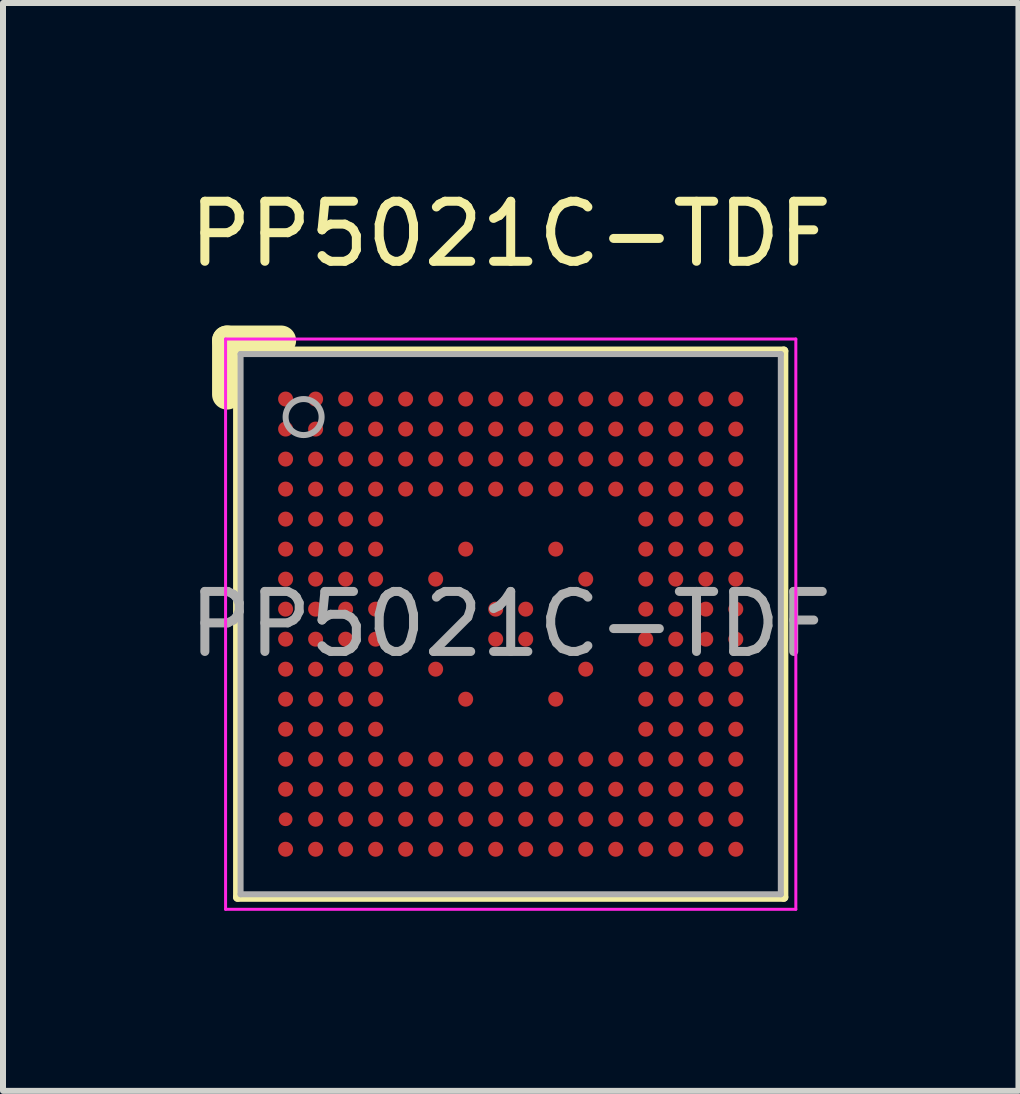
<source format=kicad_pcb>
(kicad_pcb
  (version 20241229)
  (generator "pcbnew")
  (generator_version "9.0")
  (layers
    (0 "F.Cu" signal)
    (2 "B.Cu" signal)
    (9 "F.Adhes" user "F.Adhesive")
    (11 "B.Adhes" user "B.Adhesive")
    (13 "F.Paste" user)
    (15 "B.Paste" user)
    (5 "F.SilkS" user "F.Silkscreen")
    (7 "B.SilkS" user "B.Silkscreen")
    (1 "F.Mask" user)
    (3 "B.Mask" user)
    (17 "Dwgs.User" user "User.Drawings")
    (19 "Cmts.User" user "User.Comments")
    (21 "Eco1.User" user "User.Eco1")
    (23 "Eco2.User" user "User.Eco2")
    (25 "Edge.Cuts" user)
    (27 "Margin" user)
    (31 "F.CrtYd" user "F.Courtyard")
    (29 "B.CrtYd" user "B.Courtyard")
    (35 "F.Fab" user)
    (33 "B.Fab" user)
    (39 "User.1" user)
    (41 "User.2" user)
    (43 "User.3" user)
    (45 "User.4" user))
  (footprint "PP5021C-TDF"
    (layer "F.Cu")
    (at 5.458 7.348)
    (property "Reference" "PP5021C-TDF" (at 0 -6.5 0) (layer "F.SilkS") (effects (font (size 1 1) (thickness 0.15))))
    (attr smd)
    (fp_line (start -4.725 -3.825) (end -4.725 -4.725) (stroke (width 0.5) (type solid)) (layer "F.SilkS"))
    (fp_line (start -4.55 -4.55) (end -4.55 4.55) (stroke (width 0.15) (type solid)) (layer "F.SilkS"))
    (fp_line (start -4.55 -4.55) (end 4.55 -4.55) (stroke (width 0.15) (type solid)) (layer "F.SilkS"))
    (fp_line (start -3.825 -4.725) (end -4.725 -4.725) (stroke (width 0.5) (type solid)) (layer "F.SilkS"))
    (fp_line (start 4.55 4.55) (end -4.55 4.55) (stroke (width 0.15) (type solid)) (layer "F.SilkS"))
    (fp_line (start 4.55 4.55) (end 4.55 -4.55) (stroke (width 0.15) (type solid)) (layer "F.SilkS"))
    (fp_line (start -4.75 4.75) (end -4.75 -4.75) (stroke (width 0.05) (type solid)) (layer "F.CrtYd"))
    (fp_line (start -4.75 4.75) (end 4.75 4.75) (stroke (width 0.05) (type solid)) (layer "F.CrtYd"))
    (fp_line (start 4.75 -4.75) (end -4.75 -4.75) (stroke (width 0.05) (type solid)) (layer "F.CrtYd"))
    (fp_line (start 4.75 -4.75) (end 4.75 4.75) (stroke (width 0.05) (type solid)) (layer "F.CrtYd"))
    (fp_line (start -4.5 -4.5) (end 4.5 -4.5) (stroke (width 0.1) (type solid)) (layer "F.Fab"))
    (fp_line (start -4.5 4.5) (end -4.5 -4.5) (stroke (width 0.1) (type solid)) (layer "F.Fab"))
    (fp_line (start 4.5 -4.5) (end 4.5 4.5) (stroke (width 0.1) (type solid)) (layer "F.Fab"))
    (fp_line (start 4.5 4.5) (end -4.5 4.5) (stroke (width 0.1) (type solid)) (layer "F.Fab"))
    (fp_circle (center -3.45 -3.45) (end -3.15 -3.45) (stroke (width 0.1) (type default)) (fill no) (layer "F.Fab"))
    (fp_text user "${REFERENCE}" (at 0 0 0) (layer "F.Fab") (effects (font (size 1 1) (thickness 0.15))))
    (pad "A1" smd circle (at -3.75 -3.75) (size 0.25 0.25) (layers "F.Cu" "F.Mask" "F.Paste"))
    (pad "A2" smd circle (at -3.25 -3.75) (size 0.25 0.25) (layers "F.Cu" "F.Mask" "F.Paste"))
    (pad "A3" smd circle (at -2.75 -3.75) (size 0.25 0.25) (layers "F.Cu" "F.Mask" "F.Paste"))
    (pad "A4" smd circle (at -2.25 -3.75) (size 0.25 0.25) (layers "F.Cu" "F.Mask" "F.Paste"))
    (pad "A5" smd circle (at -1.75 -3.75) (size 0.25 0.25) (layers "F.Cu" "F.Mask" "F.Paste"))
    (pad "A6" smd circle (at -1.25 -3.75) (size 0.25 0.25) (layers "F.Cu" "F.Mask" "F.Paste"))
    (pad "A7" smd circle (at -0.75 -3.75) (size 0.25 0.25) (layers "F.Cu" "F.Mask" "F.Paste"))
    (pad "A8" smd circle (at -0.25 -3.75) (size 0.25 0.25) (layers "F.Cu" "F.Mask" "F.Paste"))
    (pad "A9" smd circle (at 0.25 -3.75) (size 0.25 0.25) (layers "F.Cu" "F.Mask" "F.Paste"))
    (pad "A10" smd circle (at 0.75 -3.75) (size 0.25 0.25) (layers "F.Cu" "F.Mask" "F.Paste"))
    (pad "A11" smd circle (at 1.25 -3.75) (size 0.25 0.25) (layers "F.Cu" "F.Mask" "F.Paste"))
    (pad "A12" smd circle (at 1.75 -3.75) (size 0.25 0.25) (layers "F.Cu" "F.Mask" "F.Paste"))
    (pad "A13" smd circle (at 2.25 -3.75) (size 0.25 0.25) (layers "F.Cu" "F.Mask" "F.Paste"))
    (pad "A14" smd circle (at 2.75 -3.75) (size 0.25 0.25) (layers "F.Cu" "F.Mask" "F.Paste"))
    (pad "A15" smd circle (at 3.25 -3.75) (size 0.25 0.25) (layers "F.Cu" "F.Mask" "F.Paste"))
    (pad "A16" smd circle (at 3.75 -3.75) (size 0.25 0.25) (layers "F.Cu" "F.Mask" "F.Paste"))
    (pad "B1" smd circle (at -3.75 -3.25) (size 0.25 0.25) (layers "F.Cu" "F.Mask" "F.Paste"))
    (pad "B2" smd circle (at -3.25 -3.25) (size 0.25 0.25) (layers "F.Cu" "F.Mask" "F.Paste"))
    (pad "B3" smd circle (at -2.75 -3.25) (size 0.25 0.25) (layers "F.Cu" "F.Mask" "F.Paste"))
    (pad "B4" smd circle (at -2.25 -3.25) (size 0.25 0.25) (layers "F.Cu" "F.Mask" "F.Paste"))
    (pad "B5" smd circle (at -1.75 -3.25) (size 0.25 0.25) (layers "F.Cu" "F.Mask" "F.Paste"))
    (pad "B6" smd circle (at -1.25 -3.25) (size 0.25 0.25) (layers "F.Cu" "F.Mask" "F.Paste"))
    (pad "B7" smd circle (at -0.75 -3.25) (size 0.25 0.25) (layers "F.Cu" "F.Mask" "F.Paste"))
    (pad "B8" smd circle (at -0.25 -3.25) (size 0.25 0.25) (layers "F.Cu" "F.Mask" "F.Paste"))
    (pad "B9" smd circle (at 0.25 -3.25) (size 0.25 0.25) (layers "F.Cu" "F.Mask" "F.Paste"))
    (pad "B10" smd circle (at 0.75 -3.25) (size 0.25 0.25) (layers "F.Cu" "F.Mask" "F.Paste"))
    (pad "B11" smd circle (at 1.25 -3.25) (size 0.25 0.25) (layers "F.Cu" "F.Mask" "F.Paste"))
    (pad "B12" smd circle (at 1.75 -3.25) (size 0.25 0.25) (layers "F.Cu" "F.Mask" "F.Paste"))
    (pad "B13" smd circle (at 2.25 -3.25) (size 0.25 0.25) (layers "F.Cu" "F.Mask" "F.Paste"))
    (pad "B14" smd circle (at 2.75 -3.25) (size 0.25 0.25) (layers "F.Cu" "F.Mask" "F.Paste"))
    (pad "B15" smd circle (at 3.25 -3.25) (size 0.25 0.25) (layers "F.Cu" "F.Mask" "F.Paste"))
    (pad "B16" smd circle (at 3.75 -3.25) (size 0.25 0.25) (layers "F.Cu" "F.Mask" "F.Paste"))
    (pad "C1" smd circle (at -3.75 -2.75) (size 0.25 0.25) (layers "F.Cu" "F.Mask" "F.Paste"))
    (pad "C2" smd circle (at -3.25 -2.75) (size 0.25 0.25) (layers "F.Cu" "F.Mask" "F.Paste"))
    (pad "C3" smd circle (at -2.75 -2.75) (size 0.25 0.25) (layers "F.Cu" "F.Mask" "F.Paste"))
    (pad "C4" smd circle (at -2.25 -2.75) (size 0.25 0.25) (layers "F.Cu" "F.Mask" "F.Paste"))
    (pad "C5" smd circle (at -1.75 -2.75) (size 0.25 0.25) (layers "F.Cu" "F.Mask" "F.Paste"))
    (pad "C6" smd circle (at -1.25 -2.75) (size 0.25 0.25) (layers "F.Cu" "F.Mask" "F.Paste"))
    (pad "C7" smd circle (at -0.75 -2.75) (size 0.25 0.25) (layers "F.Cu" "F.Mask" "F.Paste"))
    (pad "C8" smd circle (at -0.25 -2.75) (size 0.25 0.25) (layers "F.Cu" "F.Mask" "F.Paste"))
    (pad "C9" smd circle (at 0.25 -2.75) (size 0.25 0.25) (layers "F.Cu" "F.Mask" "F.Paste"))
    (pad "C10" smd circle (at 0.75 -2.75) (size 0.25 0.25) (layers "F.Cu" "F.Mask" "F.Paste"))
    (pad "C11" smd circle (at 1.25 -2.75) (size 0.25 0.25) (layers "F.Cu" "F.Mask" "F.Paste"))
    (pad "C12" smd circle (at 1.75 -2.75) (size 0.25 0.25) (layers "F.Cu" "F.Mask" "F.Paste"))
    (pad "C13" smd circle (at 2.25 -2.75) (size 0.25 0.25) (layers "F.Cu" "F.Mask" "F.Paste"))
    (pad "C14" smd circle (at 2.75 -2.75) (size 0.25 0.25) (layers "F.Cu" "F.Mask" "F.Paste"))
    (pad "C15" smd circle (at 3.25 -2.75) (size 0.25 0.25) (layers "F.Cu" "F.Mask" "F.Paste"))
    (pad "C16" smd circle (at 3.75 -2.75) (size 0.25 0.25) (layers "F.Cu" "F.Mask" "F.Paste"))
    (pad "D1" smd circle (at -3.75 -2.25) (size 0.25 0.25) (layers "F.Cu" "F.Mask" "F.Paste"))
    (pad "D2" smd circle (at -3.25 -2.25) (size 0.25 0.25) (layers "F.Cu" "F.Mask" "F.Paste"))
    (pad "D3" smd circle (at -2.75 -2.25) (size 0.25 0.25) (layers "F.Cu" "F.Mask" "F.Paste"))
    (pad "D4" smd circle (at -2.25 -2.25) (size 0.25 0.25) (layers "F.Cu" "F.Mask" "F.Paste"))
    (pad "D5" smd circle (at -1.75 -2.25) (size 0.25 0.25) (layers "F.Cu" "F.Mask" "F.Paste"))
    (pad "D6" smd circle (at -1.25 -2.25) (size 0.25 0.25) (layers "F.Cu" "F.Mask" "F.Paste"))
    (pad "D7" smd circle (at -0.75 -2.25) (size 0.25 0.25) (layers "F.Cu" "F.Mask" "F.Paste"))
    (pad "D8" smd circle (at -0.25 -2.25) (size 0.25 0.25) (layers "F.Cu" "F.Mask" "F.Paste"))
    (pad "D9" smd circle (at 0.25 -2.25) (size 0.25 0.25) (layers "F.Cu" "F.Mask" "F.Paste"))
    (pad "D10" smd circle (at 0.75 -2.25) (size 0.25 0.25) (layers "F.Cu" "F.Mask" "F.Paste"))
    (pad "D11" smd circle (at 1.25 -2.25) (size 0.25 0.25) (layers "F.Cu" "F.Mask" "F.Paste"))
    (pad "D12" smd circle (at 1.75 -2.25) (size 0.25 0.25) (layers "F.Cu" "F.Mask" "F.Paste"))
    (pad "D13" smd circle (at 2.25 -2.25) (size 0.25 0.25) (layers "F.Cu" "F.Mask" "F.Paste"))
    (pad "D14" smd circle (at 2.75 -2.25) (size 0.25 0.25) (layers "F.Cu" "F.Mask" "F.Paste"))
    (pad "D15" smd circle (at 3.25 -2.25) (size 0.25 0.25) (layers "F.Cu" "F.Mask" "F.Paste"))
    (pad "D16" smd circle (at 3.75 -2.25) (size 0.25 0.25) (layers "F.Cu" "F.Mask" "F.Paste"))
    (pad "E1" smd circle (at -3.75 -1.75) (size 0.25 0.25) (layers "F.Cu" "F.Mask" "F.Paste"))
    (pad "E2" smd circle (at -3.25 -1.75) (size 0.25 0.25) (layers "F.Cu" "F.Mask" "F.Paste"))
    (pad "E3" smd circle (at -2.75 -1.75) (size 0.25 0.25) (layers "F.Cu" "F.Mask" "F.Paste"))
    (pad "E4" smd circle (at -2.25 -1.75) (size 0.25 0.25) (layers "F.Cu" "F.Mask" "F.Paste"))
    (pad "E13" smd circle (at 2.25 -1.75) (size 0.25 0.25) (layers "F.Cu" "F.Mask" "F.Paste"))
    (pad "E14" smd circle (at 2.75 -1.75) (size 0.25 0.25) (layers "F.Cu" "F.Mask" "F.Paste"))
    (pad "E15" smd circle (at 3.25 -1.75) (size 0.25 0.25) (layers "F.Cu" "F.Mask" "F.Paste"))
    (pad "E16" smd circle (at 3.75 -1.75) (size 0.25 0.25) (layers "F.Cu" "F.Mask" "F.Paste"))
    (pad "F1" smd circle (at -3.75 -1.25) (size 0.25 0.25) (layers "F.Cu" "F.Mask" "F.Paste"))
    (pad "F2" smd circle (at -3.25 -1.25) (size 0.25 0.25) (layers "F.Cu" "F.Mask" "F.Paste"))
    (pad "F3" smd circle (at -2.75 -1.25) (size 0.25 0.25) (layers "F.Cu" "F.Mask" "F.Paste"))
    (pad "F4" smd circle (at -2.25 -1.25) (size 0.25 0.25) (layers "F.Cu" "F.Mask" "F.Paste"))
    (pad "F7" smd circle (at -0.75 -1.25) (size 0.25 0.25) (layers "F.Cu" "F.Mask" "F.Paste"))
    (pad "F10" smd circle (at 0.75 -1.25) (size 0.25 0.25) (layers "F.Cu" "F.Mask" "F.Paste"))
    (pad "F13" smd circle (at 2.25 -1.25) (size 0.25 0.25) (layers "F.Cu" "F.Mask" "F.Paste"))
    (pad "F14" smd circle (at 2.75 -1.25) (size 0.25 0.25) (layers "F.Cu" "F.Mask" "F.Paste"))
    (pad "F15" smd circle (at 3.25 -1.25) (size 0.25 0.25) (layers "F.Cu" "F.Mask" "F.Paste"))
    (pad "F16" smd circle (at 3.75 -1.25) (size 0.25 0.25) (layers "F.Cu" "F.Mask" "F.Paste"))
    (pad "G1" smd circle (at -3.75 -0.75) (size 0.25 0.25) (layers "F.Cu" "F.Mask" "F.Paste"))
    (pad "G2" smd circle (at -3.25 -0.75) (size 0.25 0.25) (layers "F.Cu" "F.Mask" "F.Paste"))
    (pad "G3" smd circle (at -2.75 -0.75) (size 0.25 0.25) (layers "F.Cu" "F.Mask" "F.Paste"))
    (pad "G4" smd circle (at -2.25 -0.75) (size 0.25 0.25) (layers "F.Cu" "F.Mask" "F.Paste"))
    (pad "G6" smd circle (at -1.25 -0.75) (size 0.25 0.25) (layers "F.Cu" "F.Mask" "F.Paste"))
    (pad "G11" smd circle (at 1.25 -0.75) (size 0.25 0.25) (layers "F.Cu" "F.Mask" "F.Paste"))
    (pad "G13" smd circle (at 2.25 -0.75) (size 0.25 0.25) (layers "F.Cu" "F.Mask" "F.Paste"))
    (pad "G14" smd circle (at 2.75 -0.75) (size 0.25 0.25) (layers "F.Cu" "F.Mask" "F.Paste"))
    (pad "G15" smd circle (at 3.25 -0.75) (size 0.25 0.25) (layers "F.Cu" "F.Mask" "F.Paste"))
    (pad "G16" smd circle (at 3.75 -0.75) (size 0.25 0.25) (layers "F.Cu" "F.Mask" "F.Paste"))
    (pad "H1" smd circle (at -3.75 -0.25) (size 0.25 0.25) (layers "F.Cu" "F.Mask" "F.Paste"))
    (pad "H2" smd circle (at -3.25 -0.25) (size 0.25 0.25) (layers "F.Cu" "F.Mask" "F.Paste"))
    (pad "H3" smd circle (at -2.75 -0.25) (size 0.25 0.25) (layers "F.Cu" "F.Mask" "F.Paste"))
    (pad "H4" smd circle (at -2.25 -0.25) (size 0.25 0.25) (layers "F.Cu" "F.Mask" "F.Paste"))
    (pad "H8" smd circle (at -0.25 -0.25) (size 0.25 0.25) (layers "F.Cu" "F.Mask" "F.Paste"))
    (pad "H9" smd circle (at 0.25 -0.25) (size 0.25 0.25) (layers "F.Cu" "F.Mask" "F.Paste"))
    (pad "H13" smd circle (at 2.25 -0.25) (size 0.25 0.25) (layers "F.Cu" "F.Mask" "F.Paste"))
    (pad "H14" smd circle (at 2.75 -0.25) (size 0.25 0.25) (layers "F.Cu" "F.Mask" "F.Paste"))
    (pad "H15" smd circle (at 3.25 -0.25) (size 0.25 0.25) (layers "F.Cu" "F.Mask" "F.Paste"))
    (pad "H16" smd circle (at 3.75 -0.25) (size 0.25 0.25) (layers "F.Cu" "F.Mask" "F.Paste"))
    (pad "J1" smd circle (at -3.75 0.25) (size 0.25 0.25) (layers "F.Cu" "F.Mask" "F.Paste"))
    (pad "J2" smd circle (at -3.25 0.25) (size 0.25 0.25) (layers "F.Cu" "F.Mask" "F.Paste"))
    (pad "J3" smd circle (at -2.75 0.25) (size 0.25 0.25) (layers "F.Cu" "F.Mask" "F.Paste"))
    (pad "J4" smd circle (at -2.25 0.25) (size 0.25 0.25) (layers "F.Cu" "F.Mask" "F.Paste"))
    (pad "J8" smd circle (at -0.25 0.25) (size 0.25 0.25) (layers "F.Cu" "F.Mask" "F.Paste"))
    (pad "J9" smd circle (at 0.25 0.25) (size 0.25 0.25) (layers "F.Cu" "F.Mask" "F.Paste"))
    (pad "J13" smd circle (at 2.25 0.25) (size 0.25 0.25) (layers "F.Cu" "F.Mask" "F.Paste"))
    (pad "J14" smd circle (at 2.75 0.25) (size 0.25 0.25) (layers "F.Cu" "F.Mask" "F.Paste"))
    (pad "J15" smd circle (at 3.25 0.25) (size 0.25 0.25) (layers "F.Cu" "F.Mask" "F.Paste"))
    (pad "J16" smd circle (at 3.75 0.25) (size 0.25 0.25) (layers "F.Cu" "F.Mask" "F.Paste"))
    (pad "K1" smd circle (at -3.75 0.75) (size 0.25 0.25) (layers "F.Cu" "F.Mask" "F.Paste"))
    (pad "K2" smd circle (at -3.25 0.75) (size 0.25 0.25) (layers "F.Cu" "F.Mask" "F.Paste"))
    (pad "K3" smd circle (at -2.75 0.75) (size 0.25 0.25) (layers "F.Cu" "F.Mask" "F.Paste"))
    (pad "K4" smd circle (at -2.25 0.75) (size 0.25 0.25) (layers "F.Cu" "F.Mask" "F.Paste"))
    (pad "K6" smd circle (at -1.25 0.75) (size 0.25 0.25) (layers "F.Cu" "F.Mask" "F.Paste"))
    (pad "K11" smd circle (at 1.25 0.75) (size 0.25 0.25) (layers "F.Cu" "F.Mask" "F.Paste"))
    (pad "K13" smd circle (at 2.25 0.75) (size 0.25 0.25) (layers "F.Cu" "F.Mask" "F.Paste"))
    (pad "K14" smd circle (at 2.75 0.75) (size 0.25 0.25) (layers "F.Cu" "F.Mask" "F.Paste"))
    (pad "K15" smd circle (at 3.25 0.75) (size 0.25 0.25) (layers "F.Cu" "F.Mask" "F.Paste"))
    (pad "K16" smd circle (at 3.75 0.75) (size 0.25 0.25) (layers "F.Cu" "F.Mask" "F.Paste"))
    (pad "L1" smd circle (at -3.75 1.25) (size 0.25 0.25) (layers "F.Cu" "F.Mask" "F.Paste"))
    (pad "L2" smd circle (at -3.25 1.25) (size 0.25 0.25) (layers "F.Cu" "F.Mask" "F.Paste"))
    (pad "L3" smd circle (at -2.75 1.25) (size 0.25 0.25) (layers "F.Cu" "F.Mask" "F.Paste"))
    (pad "L4" smd circle (at -2.25 1.25) (size 0.25 0.25) (layers "F.Cu" "F.Mask" "F.Paste"))
    (pad "L7" smd circle (at -0.75 1.25) (size 0.25 0.25) (layers "F.Cu" "F.Mask" "F.Paste"))
    (pad "L10" smd circle (at 0.75 1.25) (size 0.25 0.25) (layers "F.Cu" "F.Mask" "F.Paste"))
    (pad "L13" smd circle (at 2.25 1.25) (size 0.25 0.25) (layers "F.Cu" "F.Mask" "F.Paste"))
    (pad "L14" smd circle (at 2.75 1.25) (size 0.25 0.25) (layers "F.Cu" "F.Mask" "F.Paste"))
    (pad "L15" smd circle (at 3.25 1.25) (size 0.25 0.25) (layers "F.Cu" "F.Mask" "F.Paste"))
    (pad "L16" smd circle (at 3.75 1.25) (size 0.25 0.25) (layers "F.Cu" "F.Mask" "F.Paste"))
    (pad "M1" smd circle (at -3.75 1.75) (size 0.25 0.25) (layers "F.Cu" "F.Mask" "F.Paste"))
    (pad "M2" smd circle (at -3.25 1.75) (size 0.25 0.25) (layers "F.Cu" "F.Mask" "F.Paste"))
    (pad "M3" smd circle (at -2.75 1.75) (size 0.25 0.25) (layers "F.Cu" "F.Mask" "F.Paste"))
    (pad "M4" smd circle (at -2.25 1.75) (size 0.25 0.25) (layers "F.Cu" "F.Mask" "F.Paste"))
    (pad "M13" smd circle (at 2.25 1.75) (size 0.25 0.25) (layers "F.Cu" "F.Mask" "F.Paste"))
    (pad "M14" smd circle (at 2.75 1.75) (size 0.25 0.25) (layers "F.Cu" "F.Mask" "F.Paste"))
    (pad "M15" smd circle (at 3.25 1.75) (size 0.25 0.25) (layers "F.Cu" "F.Mask" "F.Paste"))
    (pad "M16" smd circle (at 3.75 1.75) (size 0.25 0.25) (layers "F.Cu" "F.Mask" "F.Paste"))
    (pad "N1" smd circle (at -3.75 2.25) (size 0.25 0.25) (layers "F.Cu" "F.Mask" "F.Paste"))
    (pad "N2" smd circle (at -3.25 2.25) (size 0.25 0.25) (layers "F.Cu" "F.Mask" "F.Paste"))
    (pad "N3" smd circle (at -2.75 2.25) (size 0.25 0.25) (layers "F.Cu" "F.Mask" "F.Paste"))
    (pad "N4" smd circle (at -2.25 2.25) (size 0.25 0.25) (layers "F.Cu" "F.Mask" "F.Paste"))
    (pad "N5" smd circle (at -1.75 2.25) (size 0.25 0.25) (layers "F.Cu" "F.Mask" "F.Paste"))
    (pad "N6" smd circle (at -1.25 2.25) (size 0.25 0.25) (layers "F.Cu" "F.Mask" "F.Paste"))
    (pad "N7" smd circle (at -0.75 2.25) (size 0.25 0.25) (layers "F.Cu" "F.Mask" "F.Paste"))
    (pad "N8" smd circle (at -0.25 2.25) (size 0.25 0.25) (layers "F.Cu" "F.Mask" "F.Paste"))
    (pad "N9" smd circle (at 0.25 2.25) (size 0.25 0.25) (layers "F.Cu" "F.Mask" "F.Paste"))
    (pad "N10" smd circle (at 0.75 2.25) (size 0.25 0.25) (layers "F.Cu" "F.Mask" "F.Paste"))
    (pad "N11" smd circle (at 1.25 2.25) (size 0.25 0.25) (layers "F.Cu" "F.Mask" "F.Paste"))
    (pad "N12" smd circle (at 1.75 2.25) (size 0.25 0.25) (layers "F.Cu" "F.Mask" "F.Paste"))
    (pad "N13" smd circle (at 2.25 2.25) (size 0.25 0.25) (layers "F.Cu" "F.Mask" "F.Paste"))
    (pad "N14" smd circle (at 2.75 2.25) (size 0.25 0.25) (layers "F.Cu" "F.Mask" "F.Paste"))
    (pad "N15" smd circle (at 3.25 2.25) (size 0.25 0.25) (layers "F.Cu" "F.Mask" "F.Paste"))
    (pad "N16" smd circle (at 3.75 2.25) (size 0.25 0.25) (layers "F.Cu" "F.Mask" "F.Paste"))
    (pad "P1" smd circle (at -3.75 2.75) (size 0.25 0.25) (layers "F.Cu" "F.Mask" "F.Paste"))
    (pad "P2" smd circle (at -3.25 2.75) (size 0.25 0.25) (layers "F.Cu" "F.Mask" "F.Paste"))
    (pad "P3" smd circle (at -2.75 2.75) (size 0.25 0.25) (layers "F.Cu" "F.Mask" "F.Paste"))
    (pad "P4" smd circle (at -2.25 2.75) (size 0.25 0.25) (layers "F.Cu" "F.Mask" "F.Paste"))
    (pad "P5" smd circle (at -1.75 2.75) (size 0.25 0.25) (layers "F.Cu" "F.Mask" "F.Paste"))
    (pad "P6" smd circle (at -1.25 2.75) (size 0.25 0.25) (layers "F.Cu" "F.Mask" "F.Paste"))
    (pad "P7" smd circle (at -0.75 2.75) (size 0.25 0.25) (layers "F.Cu" "F.Mask" "F.Paste"))
    (pad "P8" smd circle (at -0.25 2.75) (size 0.25 0.25) (layers "F.Cu" "F.Mask" "F.Paste"))
    (pad "P9" smd circle (at 0.25 2.75) (size 0.25 0.25) (layers "F.Cu" "F.Mask" "F.Paste"))
    (pad "P10" smd circle (at 0.75 2.75) (size 0.25 0.25) (layers "F.Cu" "F.Mask" "F.Paste"))
    (pad "P11" smd circle (at 1.25 2.75) (size 0.25 0.25) (layers "F.Cu" "F.Mask" "F.Paste"))
    (pad "P12" smd circle (at 1.75 2.75) (size 0.25 0.25) (layers "F.Cu" "F.Mask" "F.Paste"))
    (pad "P13" smd circle (at 2.25 2.75) (size 0.25 0.25) (layers "F.Cu" "F.Mask" "F.Paste"))
    (pad "P14" smd circle (at 2.75 2.75) (size 0.25 0.25) (layers "F.Cu" "F.Mask" "F.Paste"))
    (pad "P15" smd circle (at 3.25 2.75) (size 0.25 0.25) (layers "F.Cu" "F.Mask" "F.Paste"))
    (pad "P16" smd circle (at 3.75 2.75) (size 0.25 0.25) (layers "F.Cu" "F.Mask" "F.Paste"))
    (pad "R1" smd circle (at -3.75 3.25) (size 0.23 0.23) (layers "F.Cu" "F.Mask" "F.Paste"))
    (pad "R2" smd circle (at -3.25 3.25) (size 0.25 0.25) (layers "F.Cu" "F.Mask" "F.Paste"))
    (pad "R3" smd circle (at -2.75 3.25) (size 0.25 0.25) (layers "F.Cu" "F.Mask" "F.Paste"))
    (pad "R4" smd circle (at -2.25 3.25) (size 0.25 0.25) (layers "F.Cu" "F.Mask" "F.Paste"))
    (pad "R5" smd circle (at -1.75 3.25) (size 0.25 0.25) (layers "F.Cu" "F.Mask" "F.Paste"))
    (pad "R6" smd circle (at -1.25 3.25) (size 0.25 0.25) (layers "F.Cu" "F.Mask" "F.Paste"))
    (pad "R7" smd circle (at -0.75 3.25) (size 0.25 0.25) (layers "F.Cu" "F.Mask" "F.Paste"))
    (pad "R8" smd circle (at -0.25 3.25) (size 0.25 0.25) (layers "F.Cu" "F.Mask" "F.Paste"))
    (pad "R9" smd circle (at 0.25 3.25) (size 0.25 0.25) (layers "F.Cu" "F.Mask" "F.Paste"))
    (pad "R10" smd circle (at 0.75 3.25) (size 0.25 0.25) (layers "F.Cu" "F.Mask" "F.Paste"))
    (pad "R11" smd circle (at 1.25 3.25) (size 0.25 0.25) (layers "F.Cu" "F.Mask" "F.Paste"))
    (pad "R12" smd circle (at 1.75 3.25) (size 0.25 0.25) (layers "F.Cu" "F.Mask" "F.Paste"))
    (pad "R13" smd circle (at 2.25 3.25) (size 0.25 0.25) (layers "F.Cu" "F.Mask" "F.Paste"))
    (pad "R14" smd circle (at 2.75 3.25) (size 0.25 0.25) (layers "F.Cu" "F.Mask" "F.Paste"))
    (pad "R15" smd circle (at 3.25 3.25) (size 0.25 0.25) (layers "F.Cu" "F.Mask" "F.Paste"))
    (pad "R16" smd circle (at 3.75 3.25) (size 0.25 0.25) (layers "F.Cu" "F.Mask" "F.Paste"))
    (pad "T1" smd circle (at -3.75 3.75) (size 0.25 0.25) (layers "F.Cu" "F.Mask" "F.Paste"))
    (pad "T2" smd circle (at -3.25 3.75) (size 0.25 0.25) (layers "F.Cu" "F.Mask" "F.Paste"))
    (pad "T3" smd circle (at -2.75 3.75) (size 0.25 0.25) (layers "F.Cu" "F.Mask" "F.Paste"))
    (pad "T4" smd circle (at -2.25 3.75) (size 0.25 0.25) (layers "F.Cu" "F.Mask" "F.Paste"))
    (pad "T5" smd circle (at -1.75 3.75) (size 0.25 0.25) (layers "F.Cu" "F.Mask" "F.Paste"))
    (pad "T6" smd circle (at -1.25 3.75) (size 0.25 0.25) (layers "F.Cu" "F.Mask" "F.Paste"))
    (pad "T7" smd circle (at -0.75 3.75) (size 0.25 0.25) (layers "F.Cu" "F.Mask" "F.Paste"))
    (pad "T8" smd circle (at -0.25 3.75) (size 0.25 0.25) (layers "F.Cu" "F.Mask" "F.Paste"))
    (pad "T9" smd circle (at 0.25 3.75) (size 0.25 0.25) (layers "F.Cu" "F.Mask" "F.Paste"))
    (pad "T10" smd circle (at 0.75 3.75) (size 0.25 0.25) (layers "F.Cu" "F.Mask" "F.Paste"))
    (pad "T11" smd circle (at 1.25 3.75) (size 0.25 0.25) (layers "F.Cu" "F.Mask" "F.Paste"))
    (pad "T12" smd circle (at 1.75 3.75) (size 0.25 0.25) (layers "F.Cu" "F.Mask" "F.Paste"))
    (pad "T13" smd circle (at 2.25 3.75) (size 0.25 0.25) (layers "F.Cu" "F.Mask" "F.Paste"))
    (pad "T14" smd circle (at 2.75 3.75) (size 0.25 0.25) (layers "F.Cu" "F.Mask" "F.Paste"))
    (pad "T15" smd circle (at 3.25 3.75) (size 0.25 0.25) (layers "F.Cu" "F.Mask" "F.Paste"))
    (pad "T16" smd circle (at 3.75 3.75) (size 0.25 0.25) (layers "F.Cu" "F.Mask" "F.Paste")))
  (gr_rect
    (start -3 -3)
    (end 13.917 15.123)
    (stroke (width 0.1) (type default))
    (fill no)
    (layer "Edge.Cuts")))
</source>
